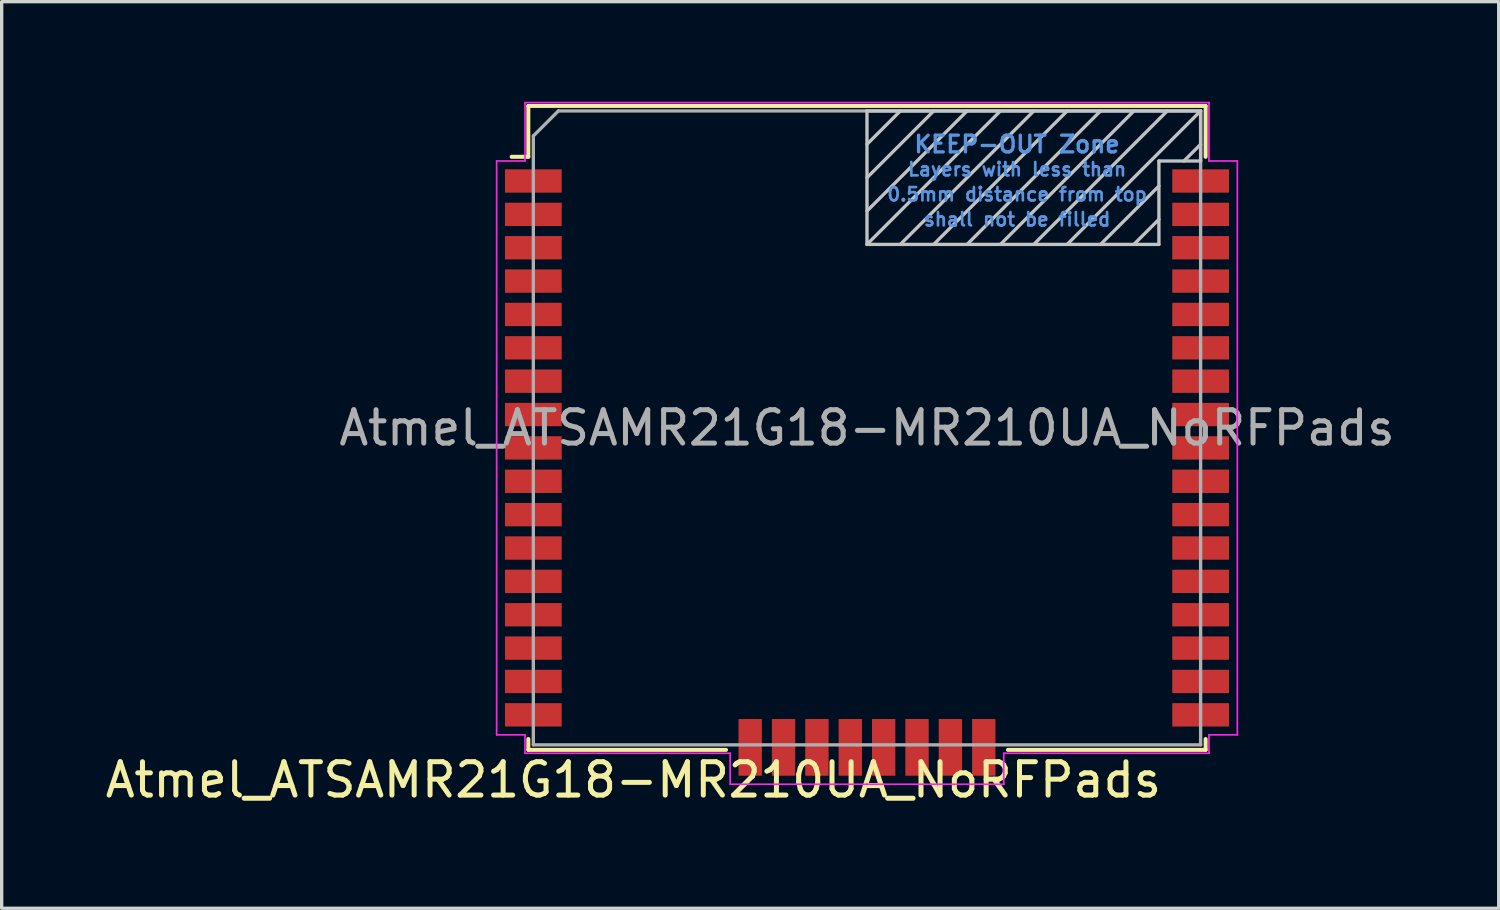
<source format=kicad_pcb>
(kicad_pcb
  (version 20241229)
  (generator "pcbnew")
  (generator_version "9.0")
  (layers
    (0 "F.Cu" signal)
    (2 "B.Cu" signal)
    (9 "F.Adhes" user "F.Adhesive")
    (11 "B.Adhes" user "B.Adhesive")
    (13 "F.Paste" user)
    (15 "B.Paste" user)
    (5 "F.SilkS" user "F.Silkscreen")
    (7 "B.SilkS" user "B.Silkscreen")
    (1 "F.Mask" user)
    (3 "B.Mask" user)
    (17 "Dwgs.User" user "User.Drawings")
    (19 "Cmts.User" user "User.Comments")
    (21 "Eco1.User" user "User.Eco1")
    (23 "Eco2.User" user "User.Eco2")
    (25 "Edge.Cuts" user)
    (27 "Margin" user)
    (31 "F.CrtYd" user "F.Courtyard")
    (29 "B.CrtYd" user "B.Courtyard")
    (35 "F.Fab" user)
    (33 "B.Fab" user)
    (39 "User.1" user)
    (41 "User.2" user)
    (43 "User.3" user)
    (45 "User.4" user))
  (footprint "Atmel_ATSAMR21G18-MR210UA_NoRFPads"
    (layer "F.Cu")
    (at 22.935 9.775)
    (property "Reference" "Atmel_ATSAMR21G18-MR210UA_NoRFPads" (at -7 10.55 0) (layer "F.SilkS") (effects (font (size 1 1) (thickness 0.15))))
    (attr smd)
    (fp_line (start -10.65 -8.125) (end -10.15 -8.125) (stroke (width 0.12) (type solid)) (layer "F.SilkS"))
    (fp_line (start -10.15 -9.65) (end -10.15 -8.125) (stroke (width 0.12) (type solid)) (layer "F.SilkS"))
    (fp_line (start -10.15 -9.65) (end 10.15 -9.65) (stroke (width 0.12) (type solid)) (layer "F.SilkS"))
    (fp_line (start -10.15 9.325) (end -10.15 9.65) (stroke (width 0.12) (type solid)) (layer "F.SilkS"))
    (fp_line (start -10.15 9.65) (end -4.225 9.65) (stroke (width 0.12) (type solid)) (layer "F.SilkS"))
    (fp_line (start 10.15 -9.65) (end 10.15 -8.125) (stroke (width 0.12) (type solid)) (layer "F.SilkS"))
    (fp_line (start 10.15 9.325) (end 10.15 9.65) (stroke (width 0.12) (type solid)) (layer "F.SilkS"))
    (fp_line (start 10.15 9.65) (end 4.225 9.65) (stroke (width 0.12) (type solid)) (layer "F.SilkS"))
    (fp_line (start 0 -9.5) (end 0 -5.5) (stroke (width 0.1) (type solid)) (layer "Dwgs.User"))
    (fp_line (start 0 -9.5) (end 10 -9.5) (stroke (width 0.1) (type solid)) (layer "Dwgs.User"))
    (fp_line (start 0 -5.5) (end 8.75 -5.5) (stroke (width 0.1) (type solid)) (layer "Dwgs.User"))
    (fp_line (start 1 -9.5) (end 0 -8.5) (stroke (width 0.1) (type solid)) (layer "Dwgs.User"))
    (fp_line (start 2 -9.5) (end 0 -7.5) (stroke (width 0.1) (type solid)) (layer "Dwgs.User"))
    (fp_line (start 3 -9.5) (end 0 -6.5) (stroke (width 0.1) (type solid)) (layer "Dwgs.User"))
    (fp_line (start 4 -9.5) (end 0 -5.5) (stroke (width 0.1) (type solid)) (layer "Dwgs.User"))
    (fp_line (start 5 -9.5) (end 1 -5.5) (stroke (width 0.1) (type solid)) (layer "Dwgs.User"))
    (fp_line (start 6 -9.5) (end 2 -5.5) (stroke (width 0.1) (type solid)) (layer "Dwgs.User"))
    (fp_line (start 7 -9.5) (end 3 -5.5) (stroke (width 0.1) (type solid)) (layer "Dwgs.User"))
    (fp_line (start 8 -9.5) (end 4 -5.5) (stroke (width 0.1) (type solid)) (layer "Dwgs.User"))
    (fp_line (start 8 -5.5) (end 8.75 -6.25) (stroke (width 0.1) (type solid)) (layer "Dwgs.User"))
    (fp_line (start 8.75 -8) (end 8.75 -5.5) (stroke (width 0.1) (type solid)) (layer "Dwgs.User"))
    (fp_line (start 8.75 -7.25) (end 7 -5.5) (stroke (width 0.1) (type solid)) (layer "Dwgs.User"))
    (fp_line (start 9 -9.5) (end 5 -5.5) (stroke (width 0.1) (type solid)) (layer "Dwgs.User"))
    (fp_line (start 9.5 -8) (end 10 -8.5) (stroke (width 0.1) (type solid)) (layer "Dwgs.User"))
    (fp_line (start 10 -9.5) (end 6 -5.5) (stroke (width 0.1) (type solid)) (layer "Dwgs.User"))
    (fp_line (start 10 -9.5) (end 10 -8) (stroke (width 0.1) (type solid)) (layer "Dwgs.User"))
    (fp_line (start 10 -8) (end 8.75 -8) (stroke (width 0.1) (type solid)) (layer "Dwgs.User"))
    (fp_line (start -11.1 -8) (end -11.1 9.2) (stroke (width 0.05) (type solid)) (layer "F.CrtYd"))
    (fp_line (start -10.25 -9.75) (end 10.25 -9.75) (stroke (width 0.05) (type solid)) (layer "F.CrtYd"))
    (fp_line (start -10.25 -8) (end -11.1 -8) (stroke (width 0.05) (type solid)) (layer "F.CrtYd"))
    (fp_line (start -10.25 -8) (end -10.25 -9.75) (stroke (width 0.05) (type solid)) (layer "F.CrtYd"))
    (fp_line (start -10.25 9.2) (end -11.1 9.2) (stroke (width 0.05) (type solid)) (layer "F.CrtYd"))
    (fp_line (start -10.25 9.2) (end -10.25 9.75) (stroke (width 0.05) (type solid)) (layer "F.CrtYd"))
    (fp_line (start -10.25 9.75) (end -4.1 9.75) (stroke (width 0.05) (type solid)) (layer "F.CrtYd"))
    (fp_line (start -4.1 10.68) (end -4.1 9.75) (stroke (width 0.05) (type solid)) (layer "F.CrtYd"))
    (fp_line (start 0 10.68) (end -4.1 10.68) (stroke (width 0.05) (type solid)) (layer "F.CrtYd"))
    (fp_line (start 0 10.68) (end 4.1 10.68) (stroke (width 0.05) (type solid)) (layer "F.CrtYd"))
    (fp_line (start 4.1 10.68) (end 4.1 9.75) (stroke (width 0.05) (type solid)) (layer "F.CrtYd"))
    (fp_line (start 10.25 -9.75) (end 10.25 -8) (stroke (width 0.05) (type solid)) (layer "F.CrtYd"))
    (fp_line (start 10.25 -8) (end 11.1 -8) (stroke (width 0.05) (type solid)) (layer "F.CrtYd"))
    (fp_line (start 10.25 9.2) (end 10.25 9.75) (stroke (width 0.05) (type solid)) (layer "F.CrtYd"))
    (fp_line (start 10.25 9.2) (end 11.1 9.2) (stroke (width 0.05) (type solid)) (layer "F.CrtYd"))
    (fp_line (start 10.25 9.75) (end 4.1 9.75) (stroke (width 0.05) (type solid)) (layer "F.CrtYd"))
    (fp_line (start 11.1 -8) (end 11.1 9.2) (stroke (width 0.05) (type solid)) (layer "F.CrtYd"))
    (fp_line (start -10 -8.75) (end -10 9.5) (stroke (width 0.1) (type solid)) (layer "F.Fab"))
    (fp_line (start -10 -8.75) (end -9.25 -9.5) (stroke (width 0.1) (type solid)) (layer "F.Fab"))
    (fp_line (start -10 9.5) (end 10 9.5) (stroke (width 0.1) (type solid)) (layer "F.Fab"))
    (fp_line (start 10 -9.5) (end -9.25 -9.5) (stroke (width 0.1) (type solid)) (layer "F.Fab"))
    (fp_line (start 10 9.5) (end 10 -9.5) (stroke (width 0.1) (type solid)) (layer "F.Fab"))
    (fp_text user "KEEP-OUT Zone" (at 4.5 -8.5 0) (layer "Cmts.User") (effects (font (size 0.5 0.5) (thickness 0.1))))
    (fp_text user "0.5mm distance from top" (at 4.5 -7 0) (layer "Cmts.User") (effects (font (size 0.4 0.4) (thickness 0.08))))
    (fp_text user "shall not be filled" (at 4.5 -6.25 0) (layer "Cmts.User") (effects (font (size 0.4 0.4) (thickness 0.08))))
    (fp_text user "Layers with less than" (at 4.5 -7.75 0) (layer "Cmts.User") (effects (font (size 0.4 0.4) (thickness 0.08))))
    (fp_text user "${REFERENCE}" (at 0 0 0) (layer "F.Fab") (effects (font (size 1 1) (thickness 0.15))))
    (pad "1" smd rect (at -10 -7.4) (size 1.7 0.7) (layers "F.Cu" "F.Mask" "F.Paste"))
    (pad "2" smd rect (at -10 -6.4) (size 1.7 0.7) (layers "F.Cu" "F.Mask" "F.Paste"))
    (pad "3" smd rect (at -10 -5.4) (size 1.7 0.7) (layers "F.Cu" "F.Mask" "F.Paste"))
    (pad "4" smd rect (at -10 -4.4) (size 1.7 0.7) (layers "F.Cu" "F.Mask" "F.Paste"))
    (pad "5" smd rect (at -10 -3.4) (size 1.7 0.7) (layers "F.Cu" "F.Mask" "F.Paste"))
    (pad "6" smd rect (at -10 -2.4) (size 1.7 0.7) (layers "F.Cu" "F.Mask" "F.Paste"))
    (pad "7" smd rect (at -10 -1.4) (size 1.7 0.7) (layers "F.Cu" "F.Mask" "F.Paste"))
    (pad "8" smd rect (at -10 -0.4) (size 1.7 0.7) (layers "F.Cu" "F.Mask" "F.Paste"))
    (pad "9" smd rect (at -10 0.6) (size 1.7 0.7) (layers "F.Cu" "F.Mask" "F.Paste"))
    (pad "10" smd rect (at -10 1.6) (size 1.7 0.7) (layers "F.Cu" "F.Mask" "F.Paste"))
    (pad "11" smd rect (at -10 2.6) (size 1.7 0.7) (layers "F.Cu" "F.Mask" "F.Paste"))
    (pad "12" smd rect (at -10 3.6) (size 1.7 0.7) (layers "F.Cu" "F.Mask" "F.Paste"))
    (pad "13" smd rect (at -10 4.6) (size 1.7 0.7) (layers "F.Cu" "F.Mask" "F.Paste"))
    (pad "14" smd rect (at -10 5.6) (size 1.7 0.7) (layers "F.Cu" "F.Mask" "F.Paste"))
    (pad "15" smd rect (at -10 6.6) (size 1.7 0.7) (layers "F.Cu" "F.Mask" "F.Paste"))
    (pad "16" smd rect (at -10 7.6) (size 1.7 0.7) (layers "F.Cu" "F.Mask" "F.Paste"))
    (pad "17" smd rect (at -10 8.6) (size 1.7 0.7) (layers "F.Cu" "F.Mask" "F.Paste"))
    (pad "18" smd rect (at -3.5 9.575) (size 0.7 1.7) (layers "F.Cu" "F.Mask" "F.Paste"))
    (pad "19" smd rect (at -2.5 9.575) (size 0.7 1.7) (layers "F.Cu" "F.Mask" "F.Paste"))
    (pad "20" smd rect (at -1.5 9.575) (size 0.7 1.7) (layers "F.Cu" "F.Mask" "F.Paste"))
    (pad "21" smd rect (at -0.5 9.575) (size 0.7 1.7) (layers "F.Cu" "F.Mask" "F.Paste"))
    (pad "22" smd rect (at 0.5 9.575) (size 0.7 1.7) (layers "F.Cu" "F.Mask" "F.Paste"))
    (pad "23" smd rect (at 1.5 9.575) (size 0.7 1.7) (layers "F.Cu" "F.Mask" "F.Paste"))
    (pad "24" smd rect (at 2.5 9.575) (size 0.7 1.7) (layers "F.Cu" "F.Mask" "F.Paste"))
    (pad "25" smd rect (at 3.5 9.575) (size 0.7 1.7) (layers "F.Cu" "F.Mask" "F.Paste"))
    (pad "26" smd rect (at 10 8.6) (size 1.7 0.7) (layers "F.Cu" "F.Mask" "F.Paste"))
    (pad "27" smd rect (at 10 7.6) (size 1.7 0.7) (layers "F.Cu" "F.Mask" "F.Paste"))
    (pad "28" smd rect (at 10 6.6) (size 1.7 0.7) (layers "F.Cu" "F.Mask" "F.Paste"))
    (pad "29" smd rect (at 10 5.6) (size 1.7 0.7) (layers "F.Cu" "F.Mask" "F.Paste"))
    (pad "30" smd rect (at 10 4.6) (size 1.7 0.7) (layers "F.Cu" "F.Mask" "F.Paste"))
    (pad "31" smd rect (at 10 3.6) (size 1.7 0.7) (layers "F.Cu" "F.Mask" "F.Paste"))
    (pad "32" smd rect (at 10 2.6) (size 1.7 0.7) (layers "F.Cu" "F.Mask" "F.Paste"))
    (pad "33" smd rect (at 10 1.6) (size 1.7 0.7) (layers "F.Cu" "F.Mask" "F.Paste"))
    (pad "34" smd rect (at 10 0.6) (size 1.7 0.7) (layers "F.Cu" "F.Mask" "F.Paste"))
    (pad "35" smd rect (at 10 -0.4) (size 1.7 0.7) (layers "F.Cu" "F.Mask" "F.Paste"))
    (pad "36" smd rect (at 10 -1.4) (size 1.7 0.7) (layers "F.Cu" "F.Mask" "F.Paste"))
    (pad "37" smd rect (at 10 -2.4) (size 1.7 0.7) (layers "F.Cu" "F.Mask" "F.Paste"))
    (pad "38" smd rect (at 10 -3.4) (size 1.7 0.7) (layers "F.Cu" "F.Mask" "F.Paste"))
    (pad "39" smd rect (at 10 -4.4) (size 1.7 0.7) (layers "F.Cu" "F.Mask" "F.Paste"))
    (pad "40" smd rect (at 10 -5.4) (size 1.7 0.7) (layers "F.Cu" "F.Mask" "F.Paste"))
    (pad "41" smd rect (at 10 -6.4) (size 1.7 0.7) (layers "F.Cu" "F.Mask" "F.Paste"))
    (pad "42" smd rect (at 10 -7.4) (size 1.7 0.7) (layers "F.Cu" "F.Mask" "F.Paste")))
  (gr_rect
    (start -3 -3)
    (end 41.869 24.173)
    (stroke (width 0.1) (type default))
    (fill no)
    (layer "Edge.Cuts")))
</source>
